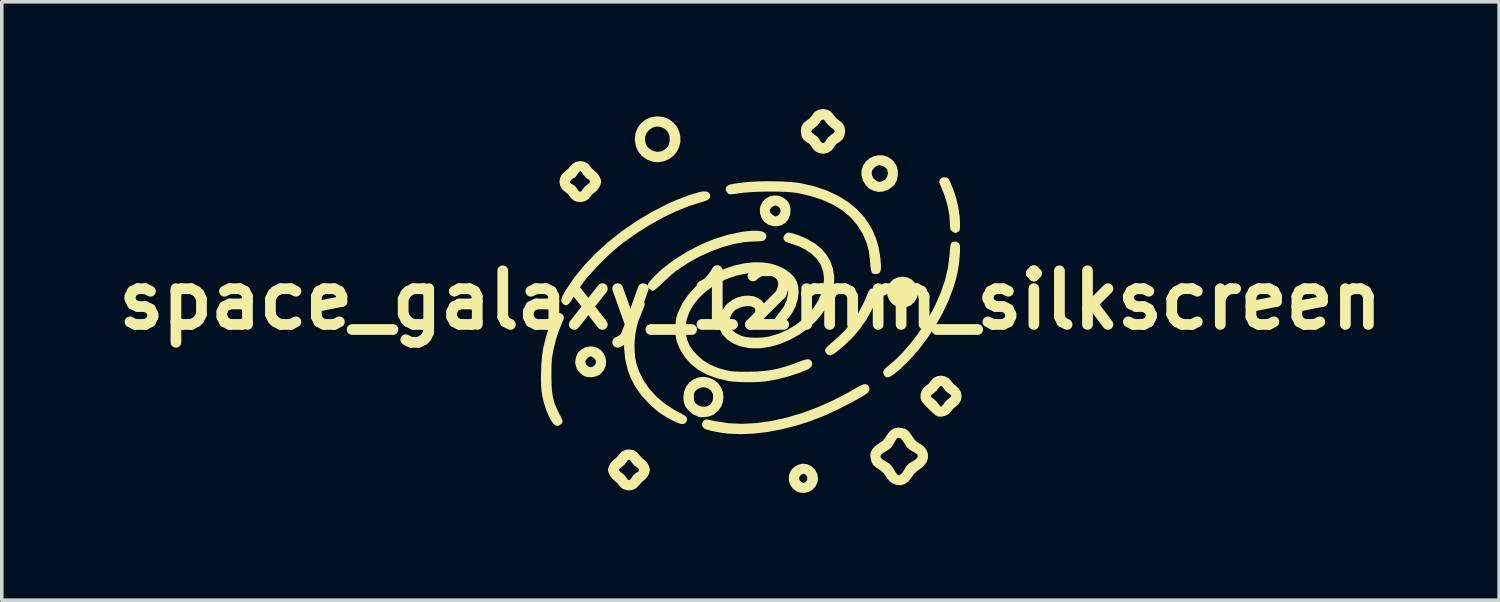
<source format=kicad_pcb>
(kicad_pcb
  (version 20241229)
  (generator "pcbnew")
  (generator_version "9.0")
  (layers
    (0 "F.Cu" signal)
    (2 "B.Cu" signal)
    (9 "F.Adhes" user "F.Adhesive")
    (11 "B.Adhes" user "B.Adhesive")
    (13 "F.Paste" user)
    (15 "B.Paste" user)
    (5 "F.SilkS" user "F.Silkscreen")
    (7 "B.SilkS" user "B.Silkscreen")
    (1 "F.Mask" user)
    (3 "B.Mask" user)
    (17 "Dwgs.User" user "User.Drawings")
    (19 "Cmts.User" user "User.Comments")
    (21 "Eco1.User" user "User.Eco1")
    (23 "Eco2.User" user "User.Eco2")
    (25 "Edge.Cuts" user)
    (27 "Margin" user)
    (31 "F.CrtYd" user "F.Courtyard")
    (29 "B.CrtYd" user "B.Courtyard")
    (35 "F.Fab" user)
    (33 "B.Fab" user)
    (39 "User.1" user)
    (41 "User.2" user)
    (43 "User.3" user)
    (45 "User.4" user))
  (footprint "space_galaxy_12mm_silkscreen"
    (layer "F.Cu")
    (at 17.943 5.347)
    (property "Reference" "space_galaxy_12mm_silkscreen" (at 0 0 0) (layer "F.SilkS") (effects (font (size 1.5 1.5) (thickness 0.3))))
    (attr board_only exclude_from_pos_files exclude_from_bom)
    (fp_poly (pts (xy 5.483 -3.433) (xy 5.518 -3.419) (xy 5.547 -3.383) (xy 5.583 -3.315) (xy 5.587 -3.307) (xy 5.68 -3.085) (xy 5.759 -2.838) (xy 5.818 -2.582) (xy 5.854 -2.332) (xy 5.863 -2.144) (xy 5.862 -2.046) (xy 5.857 -1.984) (xy 5.844 -1.946) (xy 5.823 -1.922) (xy 5.811 -1.913) (xy 5.755 -1.882) (xy 5.708 -1.884) (xy 5.65 -1.92) (xy 5.644 -1.925) (xy 5.608 -1.959) (xy 5.589 -1.999) (xy 5.583 -2.062) (xy 5.582 -2.111) (xy 5.564 -2.376) (xy 5.511 -2.656) (xy 5.427 -2.937) (xy 5.341 -3.151) (xy 5.304 -3.235) (xy 5.286 -3.289) (xy 5.283 -3.327) (xy 5.295 -3.36) (xy 5.303 -3.374) (xy 5.336 -3.416) (xy 5.384 -3.434) (xy 5.43 -3.436)) (stroke (width 0) (type solid)) (fill yes) (layer "F.SilkS"))
    (fp_poly (pts (xy 3.5 -0.315) (xy 3.545 -0.275) (xy 3.561 -0.206) (xy 3.548 -0.106) (xy 3.505 0.026) (xy 3.433 0.192) (xy 3.388 0.283) (xy 3.235 0.556) (xy 3.061 0.806) (xy 2.859 1.04) (xy 2.622 1.268) (xy 2.511 1.363) (xy 2.401 1.452) (xy 2.317 1.51) (xy 2.253 1.54) (xy 2.203 1.543) (xy 2.159 1.523) (xy 2.134 1.501) (xy 2.099 1.45) (xy 2.087 1.406) (xy 2.09 1.382) (xy 2.102 1.356) (xy 2.128 1.324) (xy 2.172 1.279) (xy 2.241 1.217) (xy 2.339 1.132) (xy 2.386 1.092) (xy 2.629 0.86) (xy 2.848 0.601) (xy 3.035 0.325) (xy 3.185 0.041) (xy 3.224 -0.052) (xy 3.271 -0.166) (xy 3.306 -0.244) (xy 3.335 -0.292) (xy 3.363 -0.317) (xy 3.395 -0.327) (xy 3.425 -0.328)) (stroke (width 0) (type solid)) (fill yes) (layer "F.SilkS"))
    (fp_poly (pts (xy 1.608 4.595) (xy 1.717 4.653) (xy 1.805 4.741) (xy 1.864 4.85) (xy 1.89 4.971) (xy 1.878 5.084) (xy 1.823 5.206) (xy 1.736 5.301) (xy 1.628 5.364) (xy 1.505 5.392) (xy 1.377 5.381) (xy 1.284 5.346) (xy 1.181 5.267) (xy 1.11 5.162) (xy 1.074 5.041) (xy 1.075 4.98) (xy 1.36 4.98) (xy 1.378 5.04) (xy 1.422 5.09) (xy 1.476 5.113) (xy 1.48 5.113) (xy 1.529 5.097) (xy 1.558 5.076) (xy 1.589 5.018) (xy 1.588 4.953) (xy 1.561 4.895) (xy 1.512 4.859) (xy 1.484 4.855) (xy 1.428 4.875) (xy 1.381 4.922) (xy 1.36 4.979) (xy 1.36 4.98) (xy 1.075 4.98) (xy 1.075 4.914) (xy 1.117 4.792) (xy 1.136 4.76) (xy 1.224 4.666) (xy 1.339 4.602) (xy 1.468 4.574) (xy 1.484 4.574)) (stroke (width 0) (type solid)) (fill yes) (layer "F.SilkS"))
    (fp_poly (pts (xy 4.394 -0.635) (xy 4.512 -0.576) (xy 4.604 -0.485) (xy 4.664 -0.369) (xy 4.687 -0.234) (xy 4.685 -0.173) (xy 4.648 -0.044) (xy 4.577 0.064) (xy 4.478 0.145) (xy 4.36 0.195) (xy 4.232 0.209) (xy 4.101 0.182) (xy 4.082 0.174) (xy 3.962 0.098) (xy 3.877 -0.007) (xy 3.831 -0.135) (xy 3.823 -0.22) (xy 3.828 -0.259) (xy 4.108 -0.259) (xy 4.109 -0.187) (xy 4.152 -0.123) (xy 4.186 -0.098) (xy 4.247 -0.074) (xy 4.298 -0.084) (xy 4.354 -0.13) (xy 4.395 -0.184) (xy 4.402 -0.236) (xy 4.398 -0.253) (xy 4.361 -0.327) (xy 4.301 -0.368) (xy 4.23 -0.372) (xy 4.16 -0.337) (xy 4.151 -0.328) (xy 4.108 -0.259) (xy 3.828 -0.259) (xy 3.843 -0.365) (xy 3.902 -0.486) (xy 3.993 -0.578) (xy 4.113 -0.636) (xy 4.257 -0.657)) (stroke (width 0) (type solid)) (fill yes) (layer "F.SilkS"))
    (fp_poly (pts (xy 0.788 -2.921) (xy 0.907 -2.876) (xy 1.014 -2.793) (xy 1.047 -2.754) (xy 1.092 -2.677) (xy 1.116 -2.586) (xy 1.121 -2.535) (xy 1.111 -2.393) (xy 1.063 -2.27) (xy 0.985 -2.172) (xy 0.882 -2.103) (xy 0.762 -2.068) (xy 0.63 -2.07) (xy 0.496 -2.114) (xy 0.39 -2.191) (xy 0.313 -2.298) (xy 0.269 -2.422) (xy 0.265 -2.504) (xy 0.539 -2.504) (xy 0.558 -2.452) (xy 0.605 -2.397) (xy 0.661 -2.357) (xy 0.703 -2.345) (xy 0.754 -2.361) (xy 0.797 -2.392) (xy 0.833 -2.448) (xy 0.844 -2.498) (xy 0.825 -2.565) (xy 0.776 -2.621) (xy 0.713 -2.649) (xy 0.699 -2.65) (xy 0.641 -2.632) (xy 0.584 -2.589) (xy 0.546 -2.534) (xy 0.539 -2.504) (xy 0.265 -2.504) (xy 0.263 -2.554) (xy 0.28 -2.634) (xy 0.342 -2.756) (xy 0.432 -2.847) (xy 0.542 -2.905) (xy 0.663 -2.93)) (stroke (width 0) (type solid)) (fill yes) (layer "F.SilkS"))
    (fp_poly (pts (xy -4.418 1.296) (xy -4.287 1.331) (xy -4.182 1.399) (xy -4.104 1.493) (xy -4.055 1.603) (xy -4.037 1.724) (xy -4.052 1.845) (xy -4.104 1.961) (xy -4.192 2.063) (xy -4.212 2.079) (xy -4.305 2.127) (xy -4.419 2.153) (xy -4.536 2.154) (xy -4.637 2.131) (xy -4.655 2.122) (xy -4.775 2.034) (xy -4.857 1.921) (xy -4.898 1.788) (xy -4.902 1.726) (xy -4.62 1.726) (xy -4.599 1.794) (xy -4.547 1.849) (xy -4.479 1.876) (xy -4.468 1.876) (xy -4.407 1.86) (xy -4.362 1.829) (xy -4.321 1.761) (xy -4.324 1.69) (xy -4.371 1.625) (xy -4.377 1.62) (xy -4.428 1.586) (xy -4.466 1.571) (xy -4.468 1.571) (xy -4.52 1.59) (xy -4.574 1.636) (xy -4.612 1.692) (xy -4.62 1.726) (xy -4.902 1.726) (xy -4.902 1.724) (xy -4.88 1.586) (xy -4.821 1.469) (xy -4.73 1.377) (xy -4.614 1.316) (xy -4.479 1.293)) (stroke (width 0) (type solid)) (fill yes) (layer "F.SilkS"))
    (fp_poly (pts (xy 5.752 -1.636) (xy 5.816 -1.606) (xy 5.828 -1.595) (xy 5.846 -1.569) (xy 5.858 -1.536) (xy 5.863 -1.484) (xy 5.862 -1.405) (xy 5.857 -1.289) (xy 5.857 -1.284) (xy 5.836 -1.042) (xy 5.801 -0.812) (xy 5.746 -0.578) (xy 5.674 -0.34) (xy 5.543 0.009) (xy 5.375 0.363) (xy 5.178 0.714) (xy 4.955 1.053) (xy 4.714 1.373) (xy 4.459 1.665) (xy 4.196 1.921) (xy 4.128 1.979) (xy 4.012 2.071) (xy 3.923 2.13) (xy 3.854 2.158) (xy 3.801 2.155) (xy 3.758 2.124) (xy 3.739 2.099) (xy 3.713 2.035) (xy 3.723 1.973) (xy 3.774 1.906) (xy 3.85 1.841) (xy 4.056 1.666) (xy 4.267 1.453) (xy 4.478 1.21) (xy 4.682 0.944) (xy 4.873 0.662) (xy 5.047 0.373) (xy 5.157 0.164) (xy 5.321 -0.203) (xy 5.443 -0.561) (xy 5.526 -0.917) (xy 5.571 -1.279) (xy 5.574 -1.326) (xy 5.586 -1.466) (xy 5.602 -1.56) (xy 5.621 -1.607) (xy 5.622 -1.609) (xy 5.681 -1.637)) (stroke (width 0) (type solid)) (fill yes) (layer "F.SilkS"))
    (fp_poly (pts (xy 0.218 -1.94) (xy 0.332 -1.92) (xy 0.406 -1.882) (xy 0.442 -1.824) (xy 0.446 -1.791) (xy 0.429 -1.732) (xy 0.401 -1.691) (xy 0.374 -1.67) (xy 0.336 -1.657) (xy 0.277 -1.649) (xy 0.187 -1.645) (xy 0.11 -1.645) (xy -0.174 -1.625) (xy -0.477 -1.569) (xy -0.793 -1.481) (xy -1.113 -1.362) (xy -1.43 -1.217) (xy -1.738 -1.047) (xy -2.027 -0.855) (xy -2.095 -0.806) (xy -2.169 -0.745) (xy -2.265 -0.663) (xy -2.368 -0.569) (xy -2.465 -0.477) (xy -2.551 -0.396) (xy -2.629 -0.328) (xy -2.689 -0.281) (xy -2.726 -0.259) (xy -2.73 -0.258) (xy -2.773 -0.274) (xy -2.823 -0.312) (xy -2.827 -0.316) (xy -2.866 -0.364) (xy -2.885 -0.404) (xy -2.885 -0.407) (xy -2.868 -0.45) (xy -2.82 -0.517) (xy -2.749 -0.601) (xy -2.659 -0.696) (xy -2.556 -0.794) (xy -2.452 -0.886) (xy -2.127 -1.134) (xy -1.776 -1.355) (xy -1.409 -1.547) (xy -1.03 -1.704) (xy -0.649 -1.825) (xy -0.273 -1.906) (xy -0.133 -1.925) (xy 0.063 -1.942)) (stroke (width 0) (type solid)) (fill yes) (layer "F.SilkS"))
    (fp_poly (pts (xy 3.712 -4.05) (xy 3.842 -4.009) (xy 3.959 -3.931) (xy 4.002 -3.887) (xy 4.08 -3.773) (xy 4.119 -3.645) (xy 4.123 -3.493) (xy 4.123 -3.492) (xy 4.093 -3.346) (xy 4.024 -3.225) (xy 3.914 -3.128) (xy 3.848 -3.09) (xy 3.706 -3.038) (xy 3.567 -3.03) (xy 3.439 -3.06) (xy 3.319 -3.126) (xy 3.22 -3.225) (xy 3.147 -3.347) (xy 3.107 -3.481) (xy 3.106 -3.597) (xy 3.394 -3.597) (xy 3.398 -3.498) (xy 3.441 -3.408) (xy 3.503 -3.352) (xy 3.564 -3.319) (xy 3.611 -3.309) (xy 3.669 -3.322) (xy 3.703 -3.333) (xy 3.776 -3.381) (xy 3.826 -3.458) (xy 3.846 -3.549) (xy 3.832 -3.639) (xy 3.822 -3.66) (xy 3.774 -3.711) (xy 3.7 -3.753) (xy 3.621 -3.775) (xy 3.603 -3.776) (xy 3.535 -3.757) (xy 3.467 -3.708) (xy 3.414 -3.644) (xy 3.394 -3.597) (xy 3.106 -3.597) (xy 3.106 -3.616) (xy 3.106 -3.617) (xy 3.149 -3.758) (xy 3.226 -3.875) (xy 3.328 -3.965) (xy 3.448 -4.025) (xy 3.578 -4.054)) (stroke (width 0) (type solid)) (fill yes) (layer "F.SilkS"))
    (fp_poly (pts (xy 3.275 2.367) (xy 3.294 2.382) (xy 3.324 2.442) (xy 3.326 2.513) (xy 3.299 2.575) (xy 3.289 2.585) (xy 3.227 2.63) (xy 3.129 2.692) (xy 3.002 2.765) (xy 2.854 2.846) (xy 2.691 2.932) (xy 2.521 3.018) (xy 2.351 3.101) (xy 2.188 3.177) (xy 2.052 3.237) (xy 1.663 3.388) (xy 1.265 3.514) (xy 0.865 3.614) (xy 0.47 3.688) (xy 0.086 3.733) (xy -0.278 3.748) (xy -0.617 3.733) (xy -0.668 3.728) (xy -0.832 3.706) (xy -0.984 3.679) (xy -1.117 3.65) (xy -1.221 3.621) (xy -1.29 3.592) (xy -1.302 3.584) (xy -1.35 3.521) (xy -1.355 3.45) (xy -1.316 3.38) (xy -1.311 3.375) (xy -1.252 3.338) (xy -1.2 3.339) (xy -1.146 3.35) (xy -1.064 3.368) (xy -0.971 3.388) (xy -0.968 3.388) (xy -0.611 3.443) (xy -0.231 3.459) (xy 0.167 3.438) (xy 0.581 3.38) (xy 1.006 3.287) (xy 1.439 3.159) (xy 1.876 2.997) (xy 2.313 2.803) (xy 2.748 2.576) (xy 2.947 2.46) (xy 3.066 2.394) (xy 3.156 2.357) (xy 3.224 2.349)) (stroke (width 0) (type solid)) (fill yes) (layer "F.SilkS"))
    (fp_poly (pts (xy -2.422 -5.119) (xy -2.277 -5.059) (xy -2.156 -4.969) (xy -2.061 -4.854) (xy -1.995 -4.722) (xy -1.961 -4.578) (xy -1.96 -4.429) (xy -1.995 -4.28) (xy -2.069 -4.139) (xy -2.147 -4.046) (xy -2.273 -3.95) (xy -2.419 -3.886) (xy -2.574 -3.859) (xy -2.724 -3.871) (xy -2.727 -3.872) (xy -2.893 -3.933) (xy -3.031 -4.029) (xy -3.137 -4.154) (xy -3.206 -4.304) (xy -3.235 -4.473) (xy -3.235 -4.476) (xy -2.952 -4.476) (xy -2.923 -4.362) (xy -2.912 -4.339) (xy -2.838 -4.244) (xy -2.738 -4.18) (xy -2.625 -4.15) (xy -2.51 -4.159) (xy -2.444 -4.184) (xy -2.345 -4.253) (xy -2.286 -4.34) (xy -2.259 -4.455) (xy -2.258 -4.474) (xy -2.266 -4.605) (xy -2.311 -4.708) (xy -2.395 -4.791) (xy -2.421 -4.808) (xy -2.532 -4.852) (xy -2.641 -4.856) (xy -2.744 -4.825) (xy -2.832 -4.765) (xy -2.9 -4.683) (xy -2.943 -4.585) (xy -2.952 -4.476) (xy -3.235 -4.476) (xy -3.236 -4.503) (xy -3.215 -4.673) (xy -3.154 -4.825) (xy -3.058 -4.952) (xy -2.933 -5.051) (xy -2.784 -5.116) (xy -2.616 -5.142) (xy -2.587 -5.142)) (stroke (width 0) (type solid)) (fill yes) (layer "F.SilkS"))
    (fp_poly (pts (xy -1.162 2.168) (xy -1.019 2.231) (xy -0.906 2.323) (xy -0.824 2.438) (xy -0.773 2.567) (xy -0.755 2.705) (xy -0.77 2.843) (xy -0.818 2.975) (xy -0.9 3.093) (xy -1.018 3.191) (xy -1.064 3.217) (xy -1.157 3.251) (xy -1.268 3.271) (xy -1.375 3.275) (xy -1.454 3.263) (xy -1.601 3.195) (xy -1.724 3.096) (xy -1.816 2.976) (xy -1.84 2.927) (xy -1.861 2.851) (xy -1.874 2.757) (xy -1.876 2.709) (xy -1.876 2.705) (xy -1.583 2.705) (xy -1.578 2.79) (xy -1.561 2.848) (xy -1.526 2.895) (xy -1.44 2.955) (xy -1.338 2.982) (xy -1.233 2.975) (xy -1.141 2.932) (xy -1.124 2.918) (xy -1.069 2.84) (xy -1.043 2.741) (xy -1.049 2.638) (xy -1.054 2.618) (xy -1.106 2.528) (xy -1.186 2.467) (xy -1.282 2.438) (xy -1.383 2.443) (xy -1.479 2.486) (xy -1.507 2.508) (xy -1.552 2.553) (xy -1.575 2.598) (xy -1.582 2.66) (xy -1.583 2.705) (xy -1.876 2.705) (xy -1.855 2.551) (xy -1.796 2.413) (xy -1.705 2.298) (xy -1.588 2.212) (xy -1.452 2.16) (xy -1.302 2.145)) (stroke (width 0) (type solid)) (fill yes) (layer "F.SilkS"))
    (fp_poly (pts (xy -3.027 -0.004) (xy -2.975 0.046) (xy -2.955 0.11) (xy -2.965 0.152) (xy -2.99 0.224) (xy -3.026 0.311) (xy -3.039 0.34) (xy -3.146 0.613) (xy -3.213 0.889) (xy -3.242 1.18) (xy -3.243 1.266) (xy -3.239 1.459) (xy -3.222 1.624) (xy -3.189 1.777) (xy -3.136 1.937) (xy -3.114 1.994) (xy -2.991 2.245) (xy -2.826 2.483) (xy -2.625 2.703) (xy -2.392 2.899) (xy -2.133 3.067) (xy -2.026 3.123) (xy -1.906 3.187) (xy -1.827 3.24) (xy -1.783 3.289) (xy -1.771 3.337) (xy -1.785 3.391) (xy -1.787 3.394) (xy -1.825 3.444) (xy -1.88 3.466) (xy -1.958 3.459) (xy -2.063 3.423) (xy -2.193 3.36) (xy -2.357 3.269) (xy -2.493 3.184) (xy -2.615 3.094) (xy -2.739 2.987) (xy -2.83 2.902) (xy -3.046 2.67) (xy -3.219 2.427) (xy -3.353 2.168) (xy -3.431 1.958) (xy -3.506 1.642) (xy -3.536 1.319) (xy -3.521 0.993) (xy -3.462 0.669) (xy -3.357 0.351) (xy -3.35 0.332) (xy -3.288 0.191) (xy -3.236 0.09) (xy -3.19 0.024) (xy -3.146 -0.012) (xy -3.101 -0.023) (xy -3.099 -0.023)) (stroke (width 0) (type solid)) (fill yes) (layer "F.SilkS"))
    (fp_poly (pts (xy -5.269 0.385) (xy -5.229 0.437) (xy -5.22 0.483) (xy -5.229 0.536) (xy -5.259 0.613) (xy -5.267 0.63) (xy -5.357 0.848) (xy -5.438 1.095) (xy -5.504 1.353) (xy -5.517 1.418) (xy -5.537 1.524) (xy -5.551 1.624) (xy -5.56 1.728) (xy -5.566 1.848) (xy -5.568 1.995) (xy -5.568 2.123) (xy -5.565 2.332) (xy -5.555 2.506) (xy -5.537 2.653) (xy -5.509 2.784) (xy -5.469 2.911) (xy -5.414 3.042) (xy -5.359 3.154) (xy -5.314 3.247) (xy -5.279 3.325) (xy -5.257 3.378) (xy -5.253 3.395) (xy -5.273 3.441) (xy -5.321 3.486) (xy -5.378 3.515) (xy -5.402 3.518) (xy -5.457 3.501) (xy -5.504 3.465) (xy -5.582 3.358) (xy -5.656 3.214) (xy -5.724 3.044) (xy -5.782 2.857) (xy -5.825 2.664) (xy -5.841 2.563) (xy -5.855 2.403) (xy -5.861 2.211) (xy -5.858 2.002) (xy -5.849 1.789) (xy -5.832 1.588) (xy -5.809 1.411) (xy -5.794 1.33) (xy -5.749 1.142) (xy -5.699 0.96) (xy -5.645 0.793) (xy -5.59 0.645) (xy -5.535 0.522) (xy -5.484 0.43) (xy -5.438 0.375) (xy -5.419 0.364) (xy -5.338 0.357)) (stroke (width 0) (type solid)) (fill yes) (layer "F.SilkS"))
    (fp_poly (pts (xy -1.232 -3.04) (xy -1.163 -3.008) (xy -1.129 -2.95) (xy -1.126 -2.921) (xy -1.135 -2.868) (xy -1.166 -2.826) (xy -1.226 -2.79) (xy -1.323 -2.755) (xy -1.4 -2.733) (xy -1.736 -2.627) (xy -2.089 -2.484) (xy -2.452 -2.309) (xy -2.819 -2.104) (xy -3.182 -1.875) (xy -3.535 -1.624) (xy -3.706 -1.492) (xy -3.831 -1.385) (xy -3.975 -1.252) (xy -4.129 -1.103) (xy -4.283 -0.946) (xy -4.427 -0.791) (xy -4.554 -0.649) (xy -4.642 -0.54) (xy -4.727 -0.424) (xy -4.817 -0.294) (xy -4.899 -0.168) (xy -4.939 -0.103) (xy -5.014 0.017) (xy -5.076 0.096) (xy -5.129 0.137) (xy -5.178 0.143) (xy -5.228 0.116) (xy -5.254 0.094) (xy -5.284 0.054) (xy -5.296 0.008) (xy -5.286 -0.05) (xy -5.253 -0.127) (xy -5.195 -0.232) (xy -5.154 -0.3) (xy -4.918 -0.645) (xy -4.64 -0.985) (xy -4.324 -1.314) (xy -3.975 -1.63) (xy -3.597 -1.929) (xy -3.194 -2.208) (xy -2.771 -2.461) (xy -2.332 -2.686) (xy -2.252 -2.723) (xy -2.079 -2.798) (xy -1.903 -2.869) (xy -1.731 -2.932) (xy -1.573 -2.983) (xy -1.438 -3.021) (xy -1.336 -3.042) (xy -1.331 -3.042)) (stroke (width 0) (type solid)) (fill yes) (layer "F.SilkS"))
    (fp_poly (pts (xy 0.686 -3.325) (xy 0.91 -3.318) (xy 1.118 -3.306) (xy 1.297 -3.288) (xy 1.407 -3.272) (xy 1.787 -3.185) (xy 2.136 -3.067) (xy 2.451 -2.921) (xy 2.733 -2.745) (xy 2.979 -2.543) (xy 3.189 -2.314) (xy 3.36 -2.059) (xy 3.424 -1.937) (xy 3.515 -1.72) (xy 3.581 -1.495) (xy 3.625 -1.247) (xy 3.638 -1.135) (xy 3.65 -0.989) (xy 3.65 -0.882) (xy 3.637 -0.809) (xy 3.608 -0.764) (xy 3.561 -0.739) (xy 3.513 -0.732) (xy 3.448 -0.733) (xy 3.409 -0.757) (xy 3.393 -0.778) (xy 3.374 -0.833) (xy 3.359 -0.927) (xy 3.348 -1.054) (xy 3.346 -1.079) (xy 3.316 -1.347) (xy 3.253 -1.593) (xy 3.153 -1.83) (xy 3.141 -1.854) (xy 2.99 -2.097) (xy 2.804 -2.313) (xy 2.583 -2.502) (xy 2.325 -2.664) (xy 2.03 -2.8) (xy 1.696 -2.91) (xy 1.331 -2.995) (xy 1.2 -3.013) (xy 1.033 -3.026) (xy 0.839 -3.034) (xy 0.628 -3.038) (xy 0.41 -3.037) (xy 0.194 -3.032) (xy -0.009 -3.021) (xy -0.19 -3.006) (xy -0.289 -2.994) (xy -0.413 -2.977) (xy -0.499 -2.966) (xy -0.556 -2.963) (xy -0.592 -2.966) (xy -0.616 -2.977) (xy -0.634 -2.991) (xy -0.686 -3.061) (xy -0.694 -3.13) (xy -0.658 -3.191) (xy -0.582 -3.233) (xy -0.581 -3.234) (xy -0.53 -3.245) (xy -0.443 -3.26) (xy -0.332 -3.276) (xy -0.206 -3.292) (xy -0.164 -3.297) (xy 0.02 -3.313) (xy 0.23 -3.323) (xy 0.456 -3.327)) (stroke (width 0) (type solid)) (fill yes) (layer "F.SilkS"))
    (fp_poly (pts (xy 5.443 2.131) (xy 5.546 2.186) (xy 5.621 2.268) (xy 5.622 2.271) (xy 5.668 2.329) (xy 5.73 2.383) (xy 5.739 2.389) (xy 5.833 2.475) (xy 5.889 2.578) (xy 5.907 2.69) (xy 5.887 2.8) (xy 5.828 2.902) (xy 5.748 2.973) (xy 5.683 3.026) (xy 5.63 3.088) (xy 5.625 3.096) (xy 5.553 3.177) (xy 5.458 3.232) (xy 5.352 3.259) (xy 5.25 3.254) (xy 5.195 3.232) (xy 5.16 3.206) (xy 5.101 3.153) (xy 5.027 3.083) (xy 4.955 3.011) (xy 4.868 2.922) (xy 4.81 2.855) (xy 4.775 2.799) (xy 4.76 2.745) (xy 4.758 2.695) (xy 5.047 2.695) (xy 5.078 2.734) (xy 5.113 2.756) (xy 5.17 2.798) (xy 5.228 2.862) (xy 5.245 2.885) (xy 5.287 2.94) (xy 5.322 2.974) (xy 5.334 2.979) (xy 5.362 2.96) (xy 5.398 2.914) (xy 5.408 2.898) (xy 5.46 2.829) (xy 5.526 2.768) (xy 5.534 2.763) (xy 5.598 2.713) (xy 5.619 2.674) (xy 5.598 2.64) (xy 5.546 2.61) (xy 5.46 2.545) (xy 5.415 2.481) (xy 5.371 2.415) (xy 5.329 2.397) (xy 5.285 2.425) (xy 5.251 2.474) (xy 5.197 2.542) (xy 5.129 2.6) (xy 5.123 2.604) (xy 5.062 2.652) (xy 5.047 2.695) (xy 4.758 2.695) (xy 4.757 2.682) (xy 4.761 2.627) (xy 4.786 2.541) (xy 4.84 2.456) (xy 4.909 2.395) (xy 4.916 2.391) (xy 4.97 2.349) (xy 5.024 2.289) (xy 5.032 2.278) (xy 5.119 2.18) (xy 5.22 2.126) (xy 5.324 2.111)) (stroke (width 0) (type solid)) (fill yes) (layer "F.SilkS"))
    (fp_poly (pts (xy -3.276 4.195) (xy -3.174 4.256) (xy -3.112 4.327) (xy -3.054 4.396) (xy -2.985 4.456) (xy -2.977 4.462) (xy -2.895 4.54) (xy -2.837 4.64) (xy -2.815 4.744) (xy -2.814 4.75) (xy -2.835 4.849) (xy -2.889 4.947) (xy -2.966 5.028) (xy -2.979 5.037) (xy -3.045 5.094) (xy -3.106 5.163) (xy -3.112 5.172) (xy -3.199 5.261) (xy -3.307 5.312) (xy -3.426 5.323) (xy -3.548 5.29) (xy -3.559 5.285) (xy -3.624 5.239) (xy -3.679 5.176) (xy -3.683 5.17) (xy -3.738 5.103) (xy -3.805 5.046) (xy -3.811 5.043) (xy -3.872 4.987) (xy -3.929 4.908) (xy -3.971 4.822) (xy -3.985 4.754) (xy -3.677 4.754) (xy -3.646 4.799) (xy -3.602 4.83) (xy -3.534 4.886) (xy -3.478 4.955) (xy -3.474 4.961) (xy -3.429 5.022) (xy -3.389 5.037) (xy -3.349 5.007) (xy -3.319 4.959) (xy -3.274 4.895) (xy -3.222 4.848) (xy -3.213 4.843) (xy -3.139 4.796) (xy -3.111 4.752) (xy -3.13 4.709) (xy -3.195 4.665) (xy -3.203 4.661) (xy -3.262 4.615) (xy -3.313 4.551) (xy -3.319 4.54) (xy -3.362 4.478) (xy -3.401 4.461) (xy -3.442 4.49) (xy -3.473 4.537) (xy -3.528 4.605) (xy -3.596 4.661) (xy -3.602 4.665) (xy -3.662 4.711) (xy -3.677 4.754) (xy -3.985 4.754) (xy -3.987 4.748) (xy -3.968 4.663) (xy -3.921 4.572) (xy -3.858 4.493) (xy -3.815 4.459) (xy -3.748 4.405) (xy -3.691 4.341) (xy -3.685 4.332) (xy -3.603 4.24) (xy -3.495 4.187) (xy -3.402 4.175)) (stroke (width 0) (type solid)) (fill yes) (layer "F.SilkS"))
    (fp_poly (pts (xy 2.156 -5.327) (xy 2.26 -5.266) (xy 2.339 -5.167) (xy 2.392 -5.098) (xy 2.459 -5.041) (xy 2.473 -5.033) (xy 2.57 -4.956) (xy 2.63 -4.853) (xy 2.65 -4.724) (xy 2.65 -4.723) (xy 2.631 -4.604) (xy 2.579 -4.502) (xy 2.499 -4.428) (xy 2.463 -4.409) (xy 2.394 -4.359) (xy 2.344 -4.289) (xy 2.268 -4.189) (xy 2.166 -4.124) (xy 2.047 -4.098) (xy 1.953 -4.106) (xy 1.836 -4.151) (xy 1.748 -4.232) (xy 1.715 -4.287) (xy 1.65 -4.371) (xy 1.585 -4.415) (xy 1.491 -4.484) (xy 1.431 -4.584) (xy 1.408 -4.709) (xy 1.407 -4.723) (xy 1.407 -4.724) (xy 1.702 -4.724) (xy 1.728 -4.675) (xy 1.792 -4.629) (xy 1.854 -4.588) (xy 1.898 -4.546) (xy 1.906 -4.534) (xy 1.96 -4.444) (xy 2.006 -4.398) (xy 2.048 -4.395) (xy 2.091 -4.435) (xy 2.125 -4.488) (xy 2.18 -4.56) (xy 2.252 -4.621) (xy 2.266 -4.63) (xy 2.33 -4.676) (xy 2.357 -4.721) (xy 2.357 -4.726) (xy 2.335 -4.77) (xy 2.276 -4.817) (xy 2.266 -4.822) (xy 2.195 -4.877) (xy 2.134 -4.949) (xy 2.125 -4.964) (xy 2.078 -5.027) (xy 2.033 -5.054) (xy 2.029 -5.054) (xy 1.985 -5.033) (xy 1.938 -4.973) (xy 1.932 -4.964) (xy 1.877 -4.892) (xy 1.806 -4.831) (xy 1.791 -4.822) (xy 1.723 -4.772) (xy 1.702 -4.724) (xy 1.407 -4.724) (xy 1.427 -4.851) (xy 1.486 -4.955) (xy 1.586 -5.035) (xy 1.588 -5.036) (xy 1.657 -5.089) (xy 1.714 -5.157) (xy 1.722 -5.17) (xy 1.798 -5.268) (xy 1.902 -5.327) (xy 2.029 -5.347)) (stroke (width 0) (type solid)) (fill yes) (layer "F.SilkS"))
    (fp_poly (pts (xy -4.649 -3.873) (xy -4.552 -3.822) (xy -4.48 -3.741) (xy -4.428 -3.676) (xy -4.361 -3.617) (xy -4.35 -3.609) (xy -4.285 -3.548) (xy -4.228 -3.467) (xy -4.188 -3.381) (xy -4.175 -3.317) (xy -4.194 -3.231) (xy -4.24 -3.139) (xy -4.304 -3.06) (xy -4.35 -3.023) (xy -4.414 -2.973) (xy -4.464 -2.915) (xy -4.47 -2.904) (xy -4.536 -2.823) (xy -4.63 -2.769) (xy -4.74 -2.745) (xy -4.852 -2.753) (xy -4.94 -2.789) (xy -5.005 -2.842) (xy -5.057 -2.907) (xy -5.057 -2.907) (xy -5.109 -2.971) (xy -5.174 -3.024) (xy -5.175 -3.025) (xy -5.267 -3.103) (xy -5.323 -3.202) (xy -5.34 -3.298) (xy -5.052 -3.298) (xy -5.051 -3.296) (xy -5.022 -3.265) (xy -4.97 -3.236) (xy -4.915 -3.197) (xy -4.862 -3.135) (xy -4.85 -3.116) (xy -4.805 -3.051) (xy -4.765 -3.03) (xy -4.724 -3.055) (xy -4.688 -3.106) (xy -4.634 -3.174) (xy -4.566 -3.231) (xy -4.56 -3.234) (xy -4.499 -3.282) (xy -4.484 -3.326) (xy -4.516 -3.368) (xy -4.55 -3.389) (xy -4.607 -3.432) (xy -4.664 -3.496) (xy -4.679 -3.519) (xy -4.719 -3.574) (xy -4.751 -3.607) (xy -4.761 -3.612) (xy -4.786 -3.594) (xy -4.823 -3.547) (xy -4.843 -3.518) (xy -4.882 -3.463) (xy -4.913 -3.429) (xy -4.922 -3.424) (xy -4.961 -3.409) (xy -5.006 -3.373) (xy -5.041 -3.331) (xy -5.052 -3.298) (xy -5.34 -3.298) (xy -5.342 -3.311) (xy -5.325 -3.421) (xy -5.271 -3.523) (xy -5.189 -3.599) (xy -5.12 -3.658) (xy -5.059 -3.728) (xy -5.053 -3.735) (xy -4.971 -3.821) (xy -4.869 -3.873) (xy -4.758 -3.89)) (stroke (width 0) (type solid)) (fill yes) (layer "F.SilkS"))
    (fp_poly (pts (xy 4.239 3.576) (xy 4.333 3.602) (xy 4.383 3.629) (xy 4.427 3.673) (xy 4.482 3.742) (xy 4.527 3.81) (xy 4.594 3.905) (xy 4.664 3.969) (xy 4.719 4.001) (xy 4.841 4.085) (xy 4.923 4.186) (xy 4.965 4.299) (xy 4.966 4.417) (xy 4.927 4.533) (xy 4.847 4.64) (xy 4.737 4.726) (xy 4.634 4.8) (xy 4.555 4.887) (xy 4.515 4.948) (xy 4.421 5.069) (xy 4.315 5.146) (xy 4.199 5.178) (xy 4.073 5.165) (xy 3.986 5.13) (xy 3.908 5.079) (xy 3.841 5.005) (xy 3.799 4.941) (xy 3.727 4.84) (xy 3.645 4.767) (xy 3.595 4.734) (xy 3.518 4.683) (xy 3.451 4.626) (xy 3.421 4.593) (xy 3.381 4.507) (xy 3.358 4.4) (xy 3.357 4.355) (xy 3.64 4.355) (xy 3.64 4.391) (xy 3.658 4.423) (xy 3.7 4.458) (xy 3.773 4.504) (xy 3.814 4.527) (xy 3.898 4.584) (xy 3.963 4.654) (xy 4.011 4.731) (xy 4.069 4.827) (xy 4.113 4.883) (xy 4.147 4.901) (xy 4.147 4.901) (xy 4.171 4.892) (xy 4.2 4.877) (xy 4.236 4.843) (xy 4.279 4.783) (xy 4.301 4.743) (xy 4.353 4.653) (xy 4.41 4.589) (xy 4.486 4.536) (xy 4.543 4.506) (xy 4.629 4.45) (xy 4.675 4.391) (xy 4.678 4.333) (xy 4.677 4.331) (xy 4.651 4.303) (xy 4.595 4.263) (xy 4.525 4.223) (xy 4.441 4.173) (xy 4.382 4.12) (xy 4.332 4.048) (xy 4.31 4.009) (xy 4.246 3.912) (xy 4.185 3.857) (xy 4.128 3.848) (xy 4.107 3.857) (xy 4.084 3.884) (xy 4.048 3.94) (xy 4.01 4.008) (xy 3.961 4.089) (xy 3.91 4.147) (xy 3.841 4.197) (xy 3.792 4.225) (xy 3.698 4.284) (xy 3.649 4.333) (xy 3.64 4.355) (xy 3.357 4.355) (xy 3.356 4.295) (xy 3.363 4.26) (xy 3.405 4.174) (xy 3.483 4.087) (xy 3.588 4.01) (xy 3.611 3.997) (xy 3.708 3.928) (xy 3.779 3.835) (xy 3.786 3.822) (xy 3.86 3.713) (xy 3.945 3.629) (xy 4.032 3.579) (xy 4.049 3.574) (xy 4.137 3.566)) (stroke (width 0) (type solid)) (fill yes) (layer "F.SilkS"))
    (fp_poly (pts (xy 1.1 -1.888) (xy 1.171 -1.871) (xy 1.199 -1.864) (xy 1.285 -1.836) (xy 1.396 -1.794) (xy 1.514 -1.744) (xy 1.587 -1.71) (xy 1.807 -1.583) (xy 1.988 -1.433) (xy 2.132 -1.264) (xy 2.239 -1.078) (xy 2.308 -0.879) (xy 2.342 -0.67) (xy 2.34 -0.455) (xy 2.303 -0.236) (xy 2.231 -0.018) (xy 2.125 0.198) (xy 1.986 0.406) (xy 1.813 0.605) (xy 1.609 0.79) (xy 1.372 0.96) (xy 1.118 1.102) (xy 0.832 1.224) (xy 0.548 1.305) (xy 0.27 1.346) (xy 0.004 1.344) (xy -0.066 1.336) (xy -0.293 1.288) (xy -0.487 1.209) (xy -0.649 1.102) (xy -0.774 0.968) (xy -0.826 0.884) (xy -0.858 0.808) (xy -0.874 0.722) (xy -0.877 0.622) (xy -0.854 0.441) (xy -0.787 0.276) (xy -0.676 0.128) (xy -0.627 0.081) (xy -0.495 -0.014) (xy -0.349 -0.081) (xy -0.197 -0.119) (xy -0.046 -0.127) (xy 0.097 -0.107) (xy 0.222 -0.058) (xy 0.323 0.02) (xy 0.371 0.083) (xy 0.4 0.142) (xy 0.415 0.201) (xy 0.417 0.276) (xy 0.414 0.339) (xy 0.406 0.429) (xy 0.393 0.488) (xy 0.37 0.528) (xy 0.341 0.557) (xy 0.276 0.596) (xy 0.226 0.596) (xy 0.167 0.572) (xy 0.134 0.539) (xy 0.122 0.484) (xy 0.127 0.396) (xy 0.128 0.385) (xy 0.135 0.303) (xy 0.133 0.255) (xy 0.118 0.225) (xy 0.09 0.202) (xy 0.012 0.172) (xy -0.092 0.166) (xy -0.207 0.183) (xy -0.321 0.22) (xy -0.421 0.274) (xy -0.454 0.3) (xy -0.519 0.383) (xy -0.565 0.488) (xy -0.587 0.6) (xy -0.584 0.705) (xy -0.554 0.785) (xy -0.483 0.863) (xy -0.379 0.937) (xy -0.258 0.997) (xy -0.141 1.029) (xy 0.008 1.047) (xy 0.174 1.052) (xy 0.345 1.043) (xy 0.505 1.02) (xy 0.546 1.011) (xy 0.801 0.933) (xy 1.039 0.827) (xy 1.259 0.696) (xy 1.458 0.544) (xy 1.632 0.376) (xy 1.781 0.193) (xy 1.9 0.001) (xy 1.988 -0.197) (xy 2.041 -0.398) (xy 2.058 -0.597) (xy 2.036 -0.791) (xy 1.972 -0.977) (xy 1.953 -1.013) (xy 1.849 -1.162) (xy 1.706 -1.299) (xy 1.532 -1.419) (xy 1.336 -1.515) (xy 1.141 -1.58) (xy 1.059 -1.606) (xy 0.99 -1.636) (xy 0.958 -1.656) (xy 0.923 -1.716) (xy 0.928 -1.783) (xy 0.972 -1.846) (xy 0.988 -1.858) (xy 1.023 -1.882) (xy 1.056 -1.892)) (stroke (width 0) (type solid)) (fill yes) (layer "F.SilkS"))
    (fp_poly (pts (xy 0.361 -1.055) (xy 0.571 -1.022) (xy 0.773 -0.959) (xy 0.954 -0.871) (xy 1.107 -0.762) (xy 1.226 -0.638) (xy 1.296 -0.521) (xy 1.339 -0.368) (xy 1.347 -0.196) (xy 1.32 -0.015) (xy 1.262 0.169) (xy 1.175 0.345) (xy 1.06 0.506) (xy 1.008 0.563) (xy 0.914 0.644) (xy 0.833 0.68) (xy 0.764 0.672) (xy 0.719 0.637) (xy 0.687 0.585) (xy 0.687 0.527) (xy 0.722 0.457) (xy 0.794 0.367) (xy 0.8 0.36) (xy 0.928 0.191) (xy 1.011 0.013) (xy 1.049 -0.163) (xy 1.054 -0.279) (xy 1.042 -0.366) (xy 1.009 -0.439) (xy 0.957 -0.505) (xy 0.834 -0.611) (xy 0.678 -0.69) (xy 0.494 -0.743) (xy 0.289 -0.768) (xy 0.066 -0.767) (xy -0.168 -0.738) (xy -0.407 -0.683) (xy -0.646 -0.6) (xy -0.796 -0.533) (xy -1.043 -0.394) (xy -1.261 -0.234) (xy -1.446 -0.056) (xy -1.597 0.135) (xy -1.71 0.336) (xy -1.784 0.544) (xy -1.816 0.754) (xy -1.805 0.954) (xy -1.763 1.129) (xy -1.694 1.284) (xy -1.59 1.431) (xy -1.491 1.537) (xy -1.326 1.681) (xy -1.144 1.795) (xy -0.936 1.885) (xy -0.756 1.94) (xy -0.669 1.962) (xy -0.591 1.979) (xy -0.513 1.99) (xy -0.424 1.997) (xy -0.314 2.001) (xy -0.171 2.002) (xy -0.094 2.003) (xy 0.204 1.996) (xy 0.476 1.97) (xy 0.735 1.924) (xy 0.996 1.854) (xy 1.274 1.757) (xy 1.368 1.72) (xy 1.493 1.675) (xy 1.584 1.654) (xy 1.648 1.658) (xy 1.692 1.686) (xy 1.717 1.724) (xy 1.73 1.801) (xy 1.697 1.869) (xy 1.62 1.929) (xy 1.577 1.95) (xy 1.333 2.045) (xy 1.063 2.132) (xy 0.786 2.204) (xy 0.52 2.257) (xy 0.399 2.274) (xy 0.249 2.287) (xy 0.073 2.294) (xy -0.114 2.295) (xy -0.298 2.29) (xy -0.465 2.28) (xy -0.602 2.264) (xy -0.622 2.261) (xy -0.937 2.186) (xy -1.217 2.082) (xy -1.46 1.948) (xy -1.668 1.784) (xy -1.839 1.59) (xy -1.974 1.367) (xy -2.055 1.173) (xy -2.077 1.09) (xy -2.091 0.995) (xy -2.097 0.875) (xy -2.097 0.786) (xy -2.094 0.66) (xy -2.087 0.565) (xy -2.073 0.485) (xy -2.048 0.404) (xy -2.031 0.356) (xy -1.908 0.093) (xy -1.742 -0.15) (xy -1.537 -0.373) (xy -1.292 -0.572) (xy -1.009 -0.747) (xy -1.008 -0.747) (xy -0.741 -0.872) (xy -0.462 -0.967) (xy -0.18 -1.03) (xy 0.097 -1.06)) (stroke (width 0) (type solid)) (fill yes) (layer "F.SilkS")))
  (gr_rect
    (start -3 -3)
    (end 38.886 13.74)
    (stroke (width 0.1) (type default))
    (fill no)
    (layer "Edge.Cuts")))
</source>
